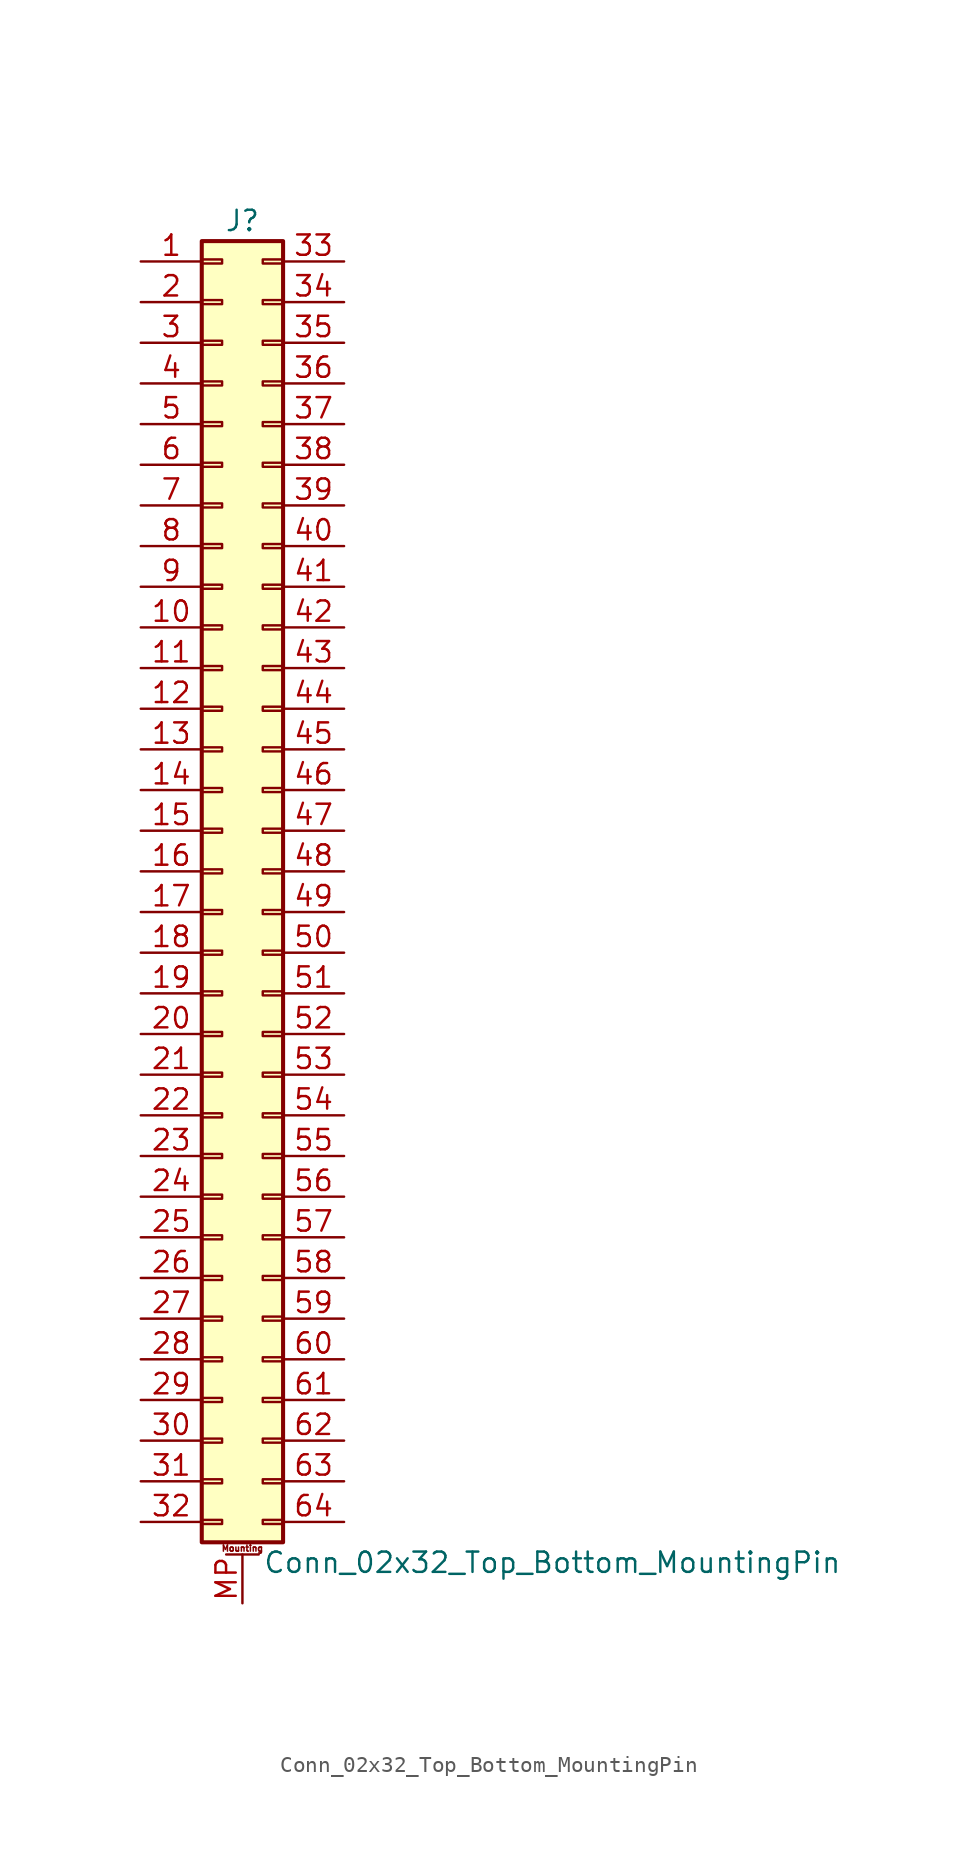
<source format=kicad_sym>
(kicad_symbol_lib
  (version 20220914)
  (generator kicad_symbol_editor)
  (symbol "Conn_02x32_Top_Bottom_MountingPin"
    (pin_names
      (offset 1.016) hide)
    (property "Reference" "J"
      (at 1.27 40.64 0)
      (effects (font (size 1.27 1.27))))
    (property "Value" "Conn_02x32_Top_Bottom_MountingPin"
      (at 2.54 -43.18 0)
      (effects (font (size 1.27 1.27)) (justify left)))
    (symbol "Conn_02x32_Top_Bottom_MountingPin_1_1"
      (rectangle (start -1.27 -40.513) (end 0 -40.767) (stroke (width 0.152) (type default)) (fill (type none)))
      (rectangle (start -1.27 -37.973) (end 0 -38.227) (stroke (width 0.152) (type default)) (fill (type none)))
      (rectangle (start -1.27 -35.433) (end 0 -35.687) (stroke (width 0.152) (type default)) (fill (type none)))
      (rectangle (start -1.27 -32.893) (end 0 -33.147) (stroke (width 0.152) (type default)) (fill (type none)))
      (rectangle (start -1.27 -30.353) (end 0 -30.607) (stroke (width 0.152) (type default)) (fill (type none)))
      (rectangle (start -1.27 -27.813) (end 0 -28.067) (stroke (width 0.152) (type default)) (fill (type none)))
      (rectangle (start -1.27 -25.273) (end 0 -25.527) (stroke (width 0.152) (type default)) (fill (type none)))
      (rectangle (start -1.27 -22.733) (end 0 -22.987) (stroke (width 0.152) (type default)) (fill (type none)))
      (rectangle (start -1.27 -20.193) (end 0 -20.447) (stroke (width 0.152) (type default)) (fill (type none)))
      (rectangle (start -1.27 -17.653) (end 0 -17.907) (stroke (width 0.152) (type default)) (fill (type none)))
      (rectangle (start -1.27 -15.113) (end 0 -15.367) (stroke (width 0.152) (type default)) (fill (type none)))
      (rectangle (start -1.27 -12.573) (end 0 -12.827) (stroke (width 0.152) (type default)) (fill (type none)))
      (rectangle (start -1.27 -10.033) (end 0 -10.287) (stroke (width 0.152) (type default)) (fill (type none)))
      (rectangle (start -1.27 -7.493) (end 0 -7.747) (stroke (width 0.152) (type default)) (fill (type none)))
      (rectangle (start -1.27 -4.953) (end 0 -5.207) (stroke (width 0.152) (type default)) (fill (type none)))
      (rectangle (start -1.27 -2.413) (end 0 -2.667) (stroke (width 0.152) (type default)) (fill (type none)))
      (rectangle (start -1.27 0.127) (end 0 -0.127) (stroke (width 0.152) (type default)) (fill (type none)))
      (rectangle (start -1.27 2.667) (end 0 2.413) (stroke (width 0.152) (type default)) (fill (type none)))
      (rectangle (start -1.27 5.207) (end 0 4.953) (stroke (width 0.152) (type default)) (fill (type none)))
      (rectangle (start -1.27 7.747) (end 0 7.493) (stroke (width 0.152) (type default)) (fill (type none)))
      (rectangle (start -1.27 10.287) (end 0 10.033) (stroke (width 0.152) (type default)) (fill (type none)))
      (rectangle (start -1.27 12.827) (end 0 12.573) (stroke (width 0.152) (type default)) (fill (type none)))
      (rectangle (start -1.27 15.367) (end 0 15.113) (stroke (width 0.152) (type default)) (fill (type none)))
      (rectangle (start -1.27 17.907) (end 0 17.653) (stroke (width 0.152) (type default)) (fill (type none)))
      (rectangle (start -1.27 20.447) (end 0 20.193) (stroke (width 0.152) (type default)) (fill (type none)))
      (rectangle (start -1.27 22.987) (end 0 22.733) (stroke (width 0.152) (type default)) (fill (type none)))
      (rectangle (start -1.27 25.527) (end 0 25.273) (stroke (width 0.152) (type default)) (fill (type none)))
      (rectangle (start -1.27 28.067) (end 0 27.813) (stroke (width 0.152) (type default)) (fill (type none)))
      (rectangle (start -1.27 30.607) (end 0 30.353) (stroke (width 0.152) (type default)) (fill (type none)))
      (rectangle (start -1.27 33.147) (end 0 32.893) (stroke (width 0.152) (type default)) (fill (type none)))
      (rectangle (start -1.27 35.687) (end 0 35.433) (stroke (width 0.152) (type default)) (fill (type none)))
      (rectangle (start -1.27 38.227) (end 0 37.973) (stroke (width 0.152) (type default)) (fill (type none)))
      (rectangle (start -1.27 39.37) (end 3.81 -41.91) (stroke (width 0.254) (type default)) (fill (type background)))
      (polyline (pts (xy 0.254 -42.672) (xy 2.286 -42.672)) (stroke (width 0.152) (type default)) (fill (type none)))
      (rectangle (start 3.81 -40.513) (end 2.54 -40.767) (stroke (width 0.152) (type default)) (fill (type none)))
      (rectangle (start 3.81 -37.973) (end 2.54 -38.227) (stroke (width 0.152) (type default)) (fill (type none)))
      (rectangle (start 3.81 -35.433) (end 2.54 -35.687) (stroke (width 0.152) (type default)) (fill (type none)))
      (rectangle (start 3.81 -32.893) (end 2.54 -33.147) (stroke (width 0.152) (type default)) (fill (type none)))
      (rectangle (start 3.81 -30.353) (end 2.54 -30.607) (stroke (width 0.152) (type default)) (fill (type none)))
      (rectangle (start 3.81 -27.813) (end 2.54 -28.067) (stroke (width 0.152) (type default)) (fill (type none)))
      (rectangle (start 3.81 -25.273) (end 2.54 -25.527) (stroke (width 0.152) (type default)) (fill (type none)))
      (rectangle (start 3.81 -22.733) (end 2.54 -22.987) (stroke (width 0.152) (type default)) (fill (type none)))
      (rectangle (start 3.81 -20.193) (end 2.54 -20.447) (stroke (width 0.152) (type default)) (fill (type none)))
      (rectangle (start 3.81 -17.653) (end 2.54 -17.907) (stroke (width 0.152) (type default)) (fill (type none)))
      (rectangle (start 3.81 -15.113) (end 2.54 -15.367) (stroke (width 0.152) (type default)) (fill (type none)))
      (rectangle (start 3.81 -12.573) (end 2.54 -12.827) (stroke (width 0.152) (type default)) (fill (type none)))
      (rectangle (start 3.81 -10.033) (end 2.54 -10.287) (stroke (width 0.152) (type default)) (fill (type none)))
      (rectangle (start 3.81 -7.493) (end 2.54 -7.747) (stroke (width 0.152) (type default)) (fill (type none)))
      (rectangle (start 3.81 -4.953) (end 2.54 -5.207) (stroke (width 0.152) (type default)) (fill (type none)))
      (rectangle (start 3.81 -2.413) (end 2.54 -2.667) (stroke (width 0.152) (type default)) (fill (type none)))
      (rectangle (start 3.81 0.127) (end 2.54 -0.127) (stroke (width 0.152) (type default)) (fill (type none)))
      (rectangle (start 3.81 2.667) (end 2.54 2.413) (stroke (width 0.152) (type default)) (fill (type none)))
      (rectangle (start 3.81 5.207) (end 2.54 4.953) (stroke (width 0.152) (type default)) (fill (type none)))
      (rectangle (start 3.81 7.747) (end 2.54 7.493) (stroke (width 0.152) (type default)) (fill (type none)))
      (rectangle (start 3.81 10.287) (end 2.54 10.033) (stroke (width 0.152) (type default)) (fill (type none)))
      (rectangle (start 3.81 12.827) (end 2.54 12.573) (stroke (width 0.152) (type default)) (fill (type none)))
      (rectangle (start 3.81 15.367) (end 2.54 15.113) (stroke (width 0.152) (type default)) (fill (type none)))
      (rectangle (start 3.81 17.907) (end 2.54 17.653) (stroke (width 0.152) (type default)) (fill (type none)))
      (rectangle (start 3.81 20.447) (end 2.54 20.193) (stroke (width 0.152) (type default)) (fill (type none)))
      (rectangle (start 3.81 22.987) (end 2.54 22.733) (stroke (width 0.152) (type default)) (fill (type none)))
      (rectangle (start 3.81 25.527) (end 2.54 25.273) (stroke (width 0.152) (type default)) (fill (type none)))
      (rectangle (start 3.81 28.067) (end 2.54 27.813) (stroke (width 0.152) (type default)) (fill (type none)))
      (rectangle (start 3.81 30.607) (end 2.54 30.353) (stroke (width 0.152) (type default)) (fill (type none)))
      (rectangle (start 3.81 33.147) (end 2.54 32.893) (stroke (width 0.152) (type default)) (fill (type none)))
      (rectangle (start 3.81 35.687) (end 2.54 35.433) (stroke (width 0.152) (type default)) (fill (type none)))
      (rectangle (start 3.81 38.227) (end 2.54 37.973) (stroke (width 0.152) (type default)) (fill (type none)))
      (text "Mounting" (at 1.27 -42.291 0) (effects (font (size 0.381 0.381))))
      (pin passive line (at -5.08 38.1 0) (length 3.81) (name "Pin_1" (effects (font (size 1.27 1.27)))) (number "1" (effects (font (size 1.27 1.27)))))
      (pin passive line (at -5.08 15.24 0) (length 3.81) (name "Pin_10" (effects (font (size 1.27 1.27)))) (number "10" (effects (font (size 1.27 1.27)))))
      (pin passive line (at -5.08 12.7 0) (length 3.81) (name "Pin_11" (effects (font (size 1.27 1.27)))) (number "11" (effects (font (size 1.27 1.27)))))
      (pin passive line (at -5.08 10.16 0) (length 3.81) (name "Pin_12" (effects (font (size 1.27 1.27)))) (number "12" (effects (font (size 1.27 1.27)))))
      (pin passive line (at -5.08 7.62 0) (length 3.81) (name "Pin_13" (effects (font (size 1.27 1.27)))) (number "13" (effects (font (size 1.27 1.27)))))
      (pin passive line (at -5.08 5.08 0) (length 3.81) (name "Pin_14" (effects (font (size 1.27 1.27)))) (number "14" (effects (font (size 1.27 1.27)))))
      (pin passive line (at -5.08 2.54 0) (length 3.81) (name "Pin_15" (effects (font (size 1.27 1.27)))) (number "15" (effects (font (size 1.27 1.27)))))
      (pin passive line (at -5.08 0 0) (length 3.81) (name "Pin_16" (effects (font (size 1.27 1.27)))) (number "16" (effects (font (size 1.27 1.27)))))
      (pin passive line (at -5.08 -2.54 0) (length 3.81) (name "Pin_17" (effects (font (size 1.27 1.27)))) (number "17" (effects (font (size 1.27 1.27)))))
      (pin passive line (at -5.08 -5.08 0) (length 3.81) (name "Pin_18" (effects (font (size 1.27 1.27)))) (number "18" (effects (font (size 1.27 1.27)))))
      (pin passive line (at -5.08 -7.62 0) (length 3.81) (name "Pin_19" (effects (font (size 1.27 1.27)))) (number "19" (effects (font (size 1.27 1.27)))))
      (pin passive line (at -5.08 35.56 0) (length 3.81) (name "Pin_2" (effects (font (size 1.27 1.27)))) (number "2" (effects (font (size 1.27 1.27)))))
      (pin passive line (at -5.08 -10.16 0) (length 3.81) (name "Pin_20" (effects (font (size 1.27 1.27)))) (number "20" (effects (font (size 1.27 1.27)))))
      (pin passive line (at -5.08 -12.7 0) (length 3.81) (name "Pin_21" (effects (font (size 1.27 1.27)))) (number "21" (effects (font (size 1.27 1.27)))))
      (pin passive line (at -5.08 -15.24 0) (length 3.81) (name "Pin_22" (effects (font (size 1.27 1.27)))) (number "22" (effects (font (size 1.27 1.27)))))
      (pin passive line (at -5.08 -17.78 0) (length 3.81) (name "Pin_23" (effects (font (size 1.27 1.27)))) (number "23" (effects (font (size 1.27 1.27)))))
      (pin passive line (at -5.08 -20.32 0) (length 3.81) (name "Pin_24" (effects (font (size 1.27 1.27)))) (number "24" (effects (font (size 1.27 1.27)))))
      (pin passive line (at -5.08 -22.86 0) (length 3.81) (name "Pin_25" (effects (font (size 1.27 1.27)))) (number "25" (effects (font (size 1.27 1.27)))))
      (pin passive line (at -5.08 -25.4 0) (length 3.81) (name "Pin_26" (effects (font (size 1.27 1.27)))) (number "26" (effects (font (size 1.27 1.27)))))
      (pin passive line (at -5.08 -27.94 0) (length 3.81) (name "Pin_27" (effects (font (size 1.27 1.27)))) (number "27" (effects (font (size 1.27 1.27)))))
      (pin passive line (at -5.08 -30.48 0) (length 3.81) (name "Pin_28" (effects (font (size 1.27 1.27)))) (number "28" (effects (font (size 1.27 1.27)))))
      (pin passive line (at -5.08 -33.02 0) (length 3.81) (name "Pin_29" (effects (font (size 1.27 1.27)))) (number "29" (effects (font (size 1.27 1.27)))))
      (pin passive line (at -5.08 33.02 0) (length 3.81) (name "Pin_3" (effects (font (size 1.27 1.27)))) (number "3" (effects (font (size 1.27 1.27)))))
      (pin passive line (at -5.08 -35.56 0) (length 3.81) (name "Pin_30" (effects (font (size 1.27 1.27)))) (number "30" (effects (font (size 1.27 1.27)))))
      (pin passive line (at -5.08 -38.1 0) (length 3.81) (name "Pin_31" (effects (font (size 1.27 1.27)))) (number "31" (effects (font (size 1.27 1.27)))))
      (pin passive line (at -5.08 -40.64 0) (length 3.81) (name "Pin_32" (effects (font (size 1.27 1.27)))) (number "32" (effects (font (size 1.27 1.27)))))
      (pin passive line (at 7.62 38.1 180) (length 3.81) (name "Pin_33" (effects (font (size 1.27 1.27)))) (number "33" (effects (font (size 1.27 1.27)))))
      (pin passive line (at 7.62 35.56 180) (length 3.81) (name "Pin_34" (effects (font (size 1.27 1.27)))) (number "34" (effects (font (size 1.27 1.27)))))
      (pin passive line (at 7.62 33.02 180) (length 3.81) (name "Pin_35" (effects (font (size 1.27 1.27)))) (number "35" (effects (font (size 1.27 1.27)))))
      (pin passive line (at 7.62 30.48 180) (length 3.81) (name "Pin_36" (effects (font (size 1.27 1.27)))) (number "36" (effects (font (size 1.27 1.27)))))
      (pin passive line (at 7.62 27.94 180) (length 3.81) (name "Pin_37" (effects (font (size 1.27 1.27)))) (number "37" (effects (font (size 1.27 1.27)))))
      (pin passive line (at 7.62 25.4 180) (length 3.81) (name "Pin_38" (effects (font (size 1.27 1.27)))) (number "38" (effects (font (size 1.27 1.27)))))
      (pin passive line (at 7.62 22.86 180) (length 3.81) (name "Pin_39" (effects (font (size 1.27 1.27)))) (number "39" (effects (font (size 1.27 1.27)))))
      (pin passive line (at -5.08 30.48 0) (length 3.81) (name "Pin_4" (effects (font (size 1.27 1.27)))) (number "4" (effects (font (size 1.27 1.27)))))
      (pin passive line (at 7.62 20.32 180) (length 3.81) (name "Pin_40" (effects (font (size 1.27 1.27)))) (number "40" (effects (font (size 1.27 1.27)))))
      (pin passive line (at 7.62 17.78 180) (length 3.81) (name "Pin_41" (effects (font (size 1.27 1.27)))) (number "41" (effects (font (size 1.27 1.27)))))
      (pin passive line (at 7.62 15.24 180) (length 3.81) (name "Pin_42" (effects (font (size 1.27 1.27)))) (number "42" (effects (font (size 1.27 1.27)))))
      (pin passive line (at 7.62 12.7 180) (length 3.81) (name "Pin_43" (effects (font (size 1.27 1.27)))) (number "43" (effects (font (size 1.27 1.27)))))
      (pin passive line (at 7.62 10.16 180) (length 3.81) (name "Pin_44" (effects (font (size 1.27 1.27)))) (number "44" (effects (font (size 1.27 1.27)))))
      (pin passive line (at 7.62 7.62 180) (length 3.81) (name "Pin_45" (effects (font (size 1.27 1.27)))) (number "45" (effects (font (size 1.27 1.27)))))
      (pin passive line (at 7.62 5.08 180) (length 3.81) (name "Pin_46" (effects (font (size 1.27 1.27)))) (number "46" (effects (font (size 1.27 1.27)))))
      (pin passive line (at 7.62 2.54 180) (length 3.81) (name "Pin_47" (effects (font (size 1.27 1.27)))) (number "47" (effects (font (size 1.27 1.27)))))
      (pin passive line (at 7.62 0 180) (length 3.81) (name "Pin_48" (effects (font (size 1.27 1.27)))) (number "48" (effects (font (size 1.27 1.27)))))
      (pin passive line (at 7.62 -2.54 180) (length 3.81) (name "Pin_49" (effects (font (size 1.27 1.27)))) (number "49" (effects (font (size 1.27 1.27)))))
      (pin passive line (at -5.08 27.94 0) (length 3.81) (name "Pin_5" (effects (font (size 1.27 1.27)))) (number "5" (effects (font (size 1.27 1.27)))))
      (pin passive line (at 7.62 -5.08 180) (length 3.81) (name "Pin_50" (effects (font (size 1.27 1.27)))) (number "50" (effects (font (size 1.27 1.27)))))
      (pin passive line (at 7.62 -7.62 180) (length 3.81) (name "Pin_51" (effects (font (size 1.27 1.27)))) (number "51" (effects (font (size 1.27 1.27)))))
      (pin passive line (at 7.62 -10.16 180) (length 3.81) (name "Pin_52" (effects (font (size 1.27 1.27)))) (number "52" (effects (font (size 1.27 1.27)))))
      (pin passive line (at 7.62 -12.7 180) (length 3.81) (name "Pin_53" (effects (font (size 1.27 1.27)))) (number "53" (effects (font (size 1.27 1.27)))))
      (pin passive line (at 7.62 -15.24 180) (length 3.81) (name "Pin_54" (effects (font (size 1.27 1.27)))) (number "54" (effects (font (size 1.27 1.27)))))
      (pin passive line (at 7.62 -17.78 180) (length 3.81) (name "Pin_55" (effects (font (size 1.27 1.27)))) (number "55" (effects (font (size 1.27 1.27)))))
      (pin passive line (at 7.62 -20.32 180) (length 3.81) (name "Pin_56" (effects (font (size 1.27 1.27)))) (number "56" (effects (font (size 1.27 1.27)))))
      (pin passive line (at 7.62 -22.86 180) (length 3.81) (name "Pin_57" (effects (font (size 1.27 1.27)))) (number "57" (effects (font (size 1.27 1.27)))))
      (pin passive line (at 7.62 -25.4 180) (length 3.81) (name "Pin_58" (effects (font (size 1.27 1.27)))) (number "58" (effects (font (size 1.27 1.27)))))
      (pin passive line (at 7.62 -27.94 180) (length 3.81) (name "Pin_59" (effects (font (size 1.27 1.27)))) (number "59" (effects (font (size 1.27 1.27)))))
      (pin passive line (at -5.08 25.4 0) (length 3.81) (name "Pin_6" (effects (font (size 1.27 1.27)))) (number "6" (effects (font (size 1.27 1.27)))))
      (pin passive line (at 7.62 -30.48 180) (length 3.81) (name "Pin_60" (effects (font (size 1.27 1.27)))) (number "60" (effects (font (size 1.27 1.27)))))
      (pin passive line (at 7.62 -33.02 180) (length 3.81) (name "Pin_61" (effects (font (size 1.27 1.27)))) (number "61" (effects (font (size 1.27 1.27)))))
      (pin passive line (at 7.62 -35.56 180) (length 3.81) (name "Pin_62" (effects (font (size 1.27 1.27)))) (number "62" (effects (font (size 1.27 1.27)))))
      (pin passive line (at 7.62 -38.1 180) (length 3.81) (name "Pin_63" (effects (font (size 1.27 1.27)))) (number "63" (effects (font (size 1.27 1.27)))))
      (pin passive line (at 7.62 -40.64 180) (length 3.81) (name "Pin_64" (effects (font (size 1.27 1.27)))) (number "64" (effects (font (size 1.27 1.27)))))
      (pin passive line (at -5.08 22.86 0) (length 3.81) (name "Pin_7" (effects (font (size 1.27 1.27)))) (number "7" (effects (font (size 1.27 1.27)))))
      (pin passive line (at -5.08 20.32 0) (length 3.81) (name "Pin_8" (effects (font (size 1.27 1.27)))) (number "8" (effects (font (size 1.27 1.27)))))
      (pin passive line (at -5.08 17.78 0) (length 3.81) (name "Pin_9" (effects (font (size 1.27 1.27)))) (number "9" (effects (font (size 1.27 1.27)))))
      (pin passive line (at 1.27 -45.72 90) (length 3.048) (name "MountPin" (effects (font (size 1.27 1.27)))) (number "MP" (effects (font (size 1.27 1.27))))))))
</source>
